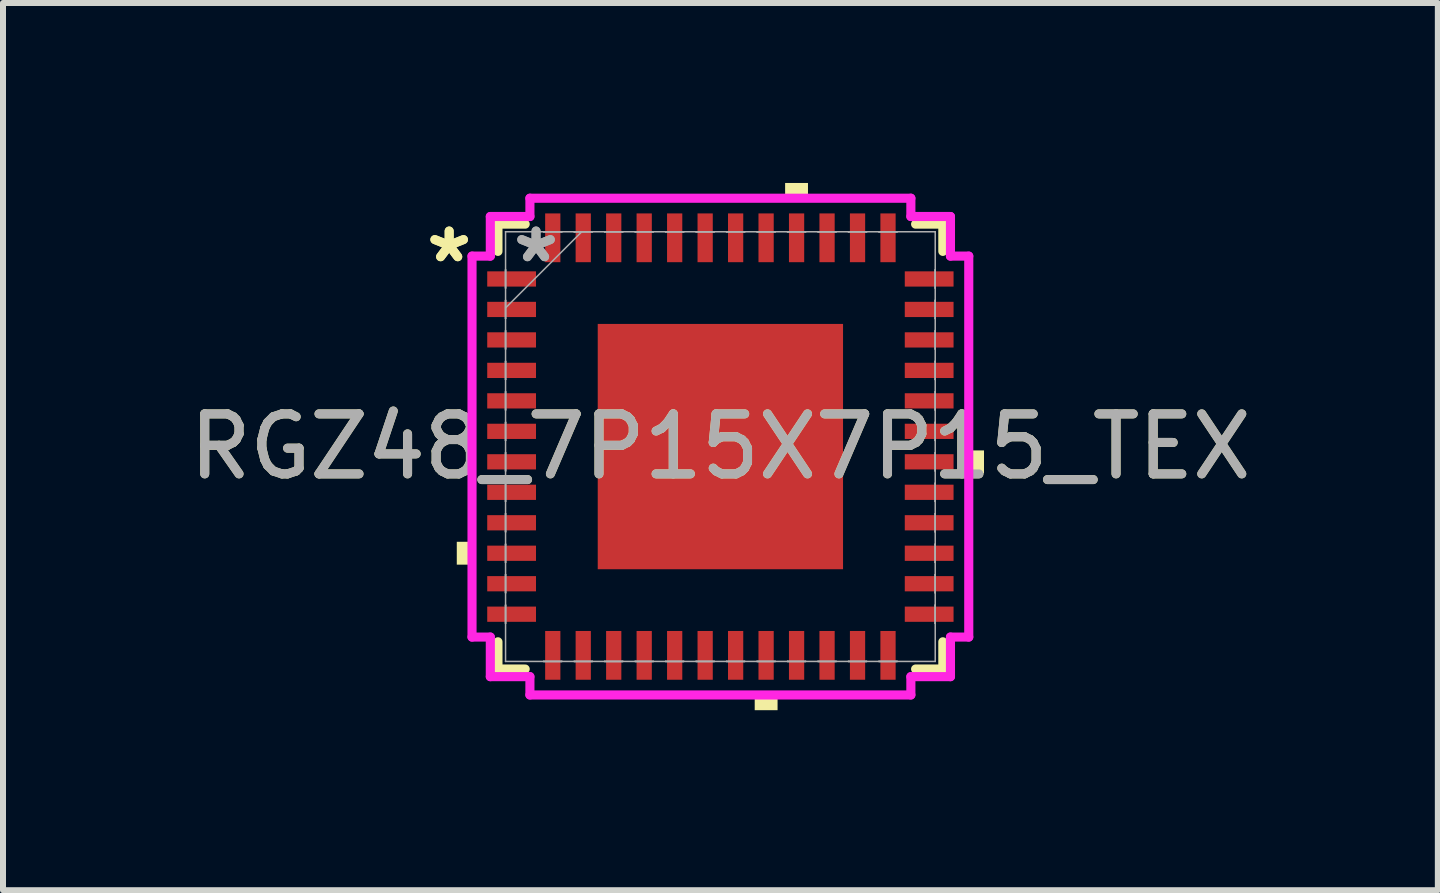
<source format=kicad_pcb>
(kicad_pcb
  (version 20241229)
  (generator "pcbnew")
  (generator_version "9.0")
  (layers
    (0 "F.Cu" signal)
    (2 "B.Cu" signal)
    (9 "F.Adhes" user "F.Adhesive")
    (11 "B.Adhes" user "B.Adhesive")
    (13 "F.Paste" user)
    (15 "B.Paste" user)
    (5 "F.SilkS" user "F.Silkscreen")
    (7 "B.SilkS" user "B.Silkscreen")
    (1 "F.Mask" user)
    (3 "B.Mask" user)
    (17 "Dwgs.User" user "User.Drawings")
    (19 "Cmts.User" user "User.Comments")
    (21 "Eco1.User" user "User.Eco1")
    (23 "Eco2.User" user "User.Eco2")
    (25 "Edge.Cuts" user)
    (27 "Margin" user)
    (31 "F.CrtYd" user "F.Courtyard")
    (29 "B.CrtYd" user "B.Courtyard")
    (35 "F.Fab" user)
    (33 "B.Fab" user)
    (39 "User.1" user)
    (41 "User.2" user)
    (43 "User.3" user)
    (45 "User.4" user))
  (footprint "RGZ48_7P15X7P15_TEX"
    (layer "F.Cu")
    (at 8.958 4.394)
    (property "Reference" "RGZ48_7P15X7P15_TEX" (at 0 0 0) (unlocked yes) (layer "F.SilkS") (effects (font (size 1 1) (thickness 0.15))))
    (attr smd)
    (fp_line (start -3.708 -3.708) (end -3.708 -3.254) (stroke (width 0.152) (type solid)) (layer "F.SilkS"))
    (fp_line (start -3.708 3.254) (end -3.708 3.708) (stroke (width 0.152) (type solid)) (layer "F.SilkS"))
    (fp_line (start -3.708 3.708) (end -3.254 3.708) (stroke (width 0.152) (type solid)) (layer "F.SilkS"))
    (fp_line (start -3.254 -3.708) (end -3.708 -3.708) (stroke (width 0.152) (type solid)) (layer "F.SilkS"))
    (fp_line (start 3.254 3.708) (end 3.708 3.708) (stroke (width 0.152) (type solid)) (layer "F.SilkS"))
    (fp_line (start 3.708 -3.708) (end 3.254 -3.708) (stroke (width 0.152) (type solid)) (layer "F.SilkS"))
    (fp_line (start 3.708 -3.254) (end 3.708 -3.708) (stroke (width 0.152) (type solid)) (layer "F.SilkS"))
    (fp_line (start 3.708 3.708) (end 3.708 3.254) (stroke (width 0.152) (type solid)) (layer "F.SilkS"))
    (fp_poly (pts (xy -4.394 1.587) (xy -4.394 1.968) (xy -4.14 1.968) (xy -4.14 1.587)) (stroke (width 0) (type solid)) (fill yes) (layer "F.SilkS"))
    (fp_poly (pts (xy 0.572 4.14) (xy 0.572 4.394) (xy 0.953 4.394) (xy 0.953 4.14)) (stroke (width 0) (type solid)) (fill yes) (layer "F.SilkS"))
    (fp_poly (pts (xy 1.079 -4.14) (xy 1.079 -4.394) (xy 1.46 -4.394) (xy 1.46 -4.14)) (stroke (width 0) (type solid)) (fill yes) (layer "F.SilkS"))
    (fp_poly (pts (xy 4.394 0.064) (xy 4.394 0.445) (xy 4.14 0.445) (xy 4.14 0.064)) (stroke (width 0) (type solid)) (fill yes) (layer "F.SilkS"))
    (fp_poly (pts (xy -1.945 -1.945) (xy -1.945 -0.782) (xy -0.782 -0.782) (xy -0.782 -1.945)) (stroke (width 0) (type solid)) (fill yes) (layer "F.Paste"))
    (fp_poly (pts (xy -1.945 -0.582) (xy -1.945 0.582) (xy -0.782 0.582) (xy -0.782 -0.582)) (stroke (width 0) (type solid)) (fill yes) (layer "F.Paste"))
    (fp_poly (pts (xy -1.945 0.782) (xy -1.945 1.945) (xy -0.782 1.945) (xy -0.782 0.782)) (stroke (width 0) (type solid)) (fill yes) (layer "F.Paste"))
    (fp_poly (pts (xy -0.582 -1.945) (xy -0.582 -0.782) (xy 0.582 -0.782) (xy 0.582 -1.945)) (stroke (width 0) (type solid)) (fill yes) (layer "F.Paste"))
    (fp_poly (pts (xy -0.582 -0.582) (xy -0.582 0.582) (xy 0.582 0.582) (xy 0.582 -0.582)) (stroke (width 0) (type solid)) (fill yes) (layer "F.Paste"))
    (fp_poly (pts (xy -0.582 0.782) (xy -0.582 1.945) (xy 0.582 1.945) (xy 0.582 0.782)) (stroke (width 0) (type solid)) (fill yes) (layer "F.Paste"))
    (fp_poly (pts (xy 0.782 -1.945) (xy 0.782 -0.782) (xy 1.945 -0.782) (xy 1.945 -1.945)) (stroke (width 0) (type solid)) (fill yes) (layer "F.Paste"))
    (fp_poly (pts (xy 0.782 -0.582) (xy 0.782 0.582) (xy 1.945 0.582) (xy 1.945 -0.582)) (stroke (width 0) (type solid)) (fill yes) (layer "F.Paste"))
    (fp_poly (pts (xy 0.782 0.782) (xy 0.782 1.945) (xy 1.945 1.945) (xy 1.945 0.782)) (stroke (width 0) (type solid)) (fill yes) (layer "F.Paste"))
    (fp_line (start -4.14 -3.175) (end -3.835 -3.175) (stroke (width 0.152) (type solid)) (layer "F.CrtYd"))
    (fp_line (start -4.14 3.175) (end -4.14 -3.175) (stroke (width 0.152) (type solid)) (layer "F.CrtYd"))
    (fp_line (start -3.835 -3.835) (end -3.175 -3.835) (stroke (width 0.152) (type solid)) (layer "F.CrtYd"))
    (fp_line (start -3.835 -3.175) (end -3.835 -3.835) (stroke (width 0.152) (type solid)) (layer "F.CrtYd"))
    (fp_line (start -3.835 3.175) (end -4.14 3.175) (stroke (width 0.152) (type solid)) (layer "F.CrtYd"))
    (fp_line (start -3.835 3.835) (end -3.835 3.175) (stroke (width 0.152) (type solid)) (layer "F.CrtYd"))
    (fp_line (start -3.175 -4.14) (end 3.175 -4.14) (stroke (width 0.152) (type solid)) (layer "F.CrtYd"))
    (fp_line (start -3.175 -3.835) (end -3.175 -4.14) (stroke (width 0.152) (type solid)) (layer "F.CrtYd"))
    (fp_line (start -3.175 3.835) (end -3.835 3.835) (stroke (width 0.152) (type solid)) (layer "F.CrtYd"))
    (fp_line (start -3.175 4.14) (end -3.175 3.835) (stroke (width 0.152) (type solid)) (layer "F.CrtYd"))
    (fp_line (start 3.175 -4.14) (end 3.175 -3.835) (stroke (width 0.152) (type solid)) (layer "F.CrtYd"))
    (fp_line (start 3.175 -3.835) (end 3.835 -3.835) (stroke (width 0.152) (type solid)) (layer "F.CrtYd"))
    (fp_line (start 3.175 3.835) (end 3.175 4.14) (stroke (width 0.152) (type solid)) (layer "F.CrtYd"))
    (fp_line (start 3.175 4.14) (end -3.175 4.14) (stroke (width 0.152) (type solid)) (layer "F.CrtYd"))
    (fp_line (start 3.835 -3.835) (end 3.835 -3.175) (stroke (width 0.152) (type solid)) (layer "F.CrtYd"))
    (fp_line (start 3.835 -3.175) (end 4.14 -3.175) (stroke (width 0.152) (type solid)) (layer "F.CrtYd"))
    (fp_line (start 3.835 3.175) (end 3.835 3.835) (stroke (width 0.152) (type solid)) (layer "F.CrtYd"))
    (fp_line (start 3.835 3.835) (end 3.175 3.835) (stroke (width 0.152) (type solid)) (layer "F.CrtYd"))
    (fp_line (start 4.14 -3.175) (end 4.14 3.175) (stroke (width 0.152) (type solid)) (layer "F.CrtYd"))
    (fp_line (start 4.14 3.175) (end 3.835 3.175) (stroke (width 0.152) (type solid)) (layer "F.CrtYd"))
    (fp_line (start -3.581 -3.581) (end -3.581 -3.581) (stroke (width 0.025) (type solid)) (layer "F.Fab"))
    (fp_line (start -3.581 -3.581) (end -3.581 3.581) (stroke (width 0.025) (type solid)) (layer "F.Fab"))
    (fp_line (start -3.581 -2.946) (end -3.581 -2.946) (stroke (width 0.025) (type solid)) (layer "F.Fab"))
    (fp_line (start -3.581 -2.946) (end -3.581 -2.642) (stroke (width 0.025) (type solid)) (layer "F.Fab"))
    (fp_line (start -3.581 -2.642) (end -3.581 -2.946) (stroke (width 0.025) (type solid)) (layer "F.Fab"))
    (fp_line (start -3.581 -2.642) (end -3.581 -2.642) (stroke (width 0.025) (type solid)) (layer "F.Fab"))
    (fp_line (start -3.581 -2.438) (end -3.581 -2.438) (stroke (width 0.025) (type solid)) (layer "F.Fab"))
    (fp_line (start -3.581 -2.438) (end -3.581 -2.134) (stroke (width 0.025) (type solid)) (layer "F.Fab"))
    (fp_line (start -3.581 -2.311) (end -2.311 -3.581) (stroke (width 0.025) (type solid)) (layer "F.Fab"))
    (fp_line (start -3.581 -2.134) (end -3.581 -2.438) (stroke (width 0.025) (type solid)) (layer "F.Fab"))
    (fp_line (start -3.581 -2.134) (end -3.581 -2.134) (stroke (width 0.025) (type solid)) (layer "F.Fab"))
    (fp_line (start -3.581 -1.93) (end -3.581 -1.93) (stroke (width 0.025) (type solid)) (layer "F.Fab"))
    (fp_line (start -3.581 -1.93) (end -3.581 -1.626) (stroke (width 0.025) (type solid)) (layer "F.Fab"))
    (fp_line (start -3.581 -1.626) (end -3.581 -1.93) (stroke (width 0.025) (type solid)) (layer "F.Fab"))
    (fp_line (start -3.581 -1.626) (end -3.581 -1.626) (stroke (width 0.025) (type solid)) (layer "F.Fab"))
    (fp_line (start -3.581 -1.422) (end -3.581 -1.422) (stroke (width 0.025) (type solid)) (layer "F.Fab"))
    (fp_line (start -3.581 -1.422) (end -3.581 -1.118) (stroke (width 0.025) (type solid)) (layer "F.Fab"))
    (fp_line (start -3.581 -1.118) (end -3.581 -1.422) (stroke (width 0.025) (type solid)) (layer "F.Fab"))
    (fp_line (start -3.581 -1.118) (end -3.581 -1.118) (stroke (width 0.025) (type solid)) (layer "F.Fab"))
    (fp_line (start -3.581 -0.914) (end -3.581 -0.914) (stroke (width 0.025) (type solid)) (layer "F.Fab"))
    (fp_line (start -3.581 -0.914) (end -3.581 -0.61) (stroke (width 0.025) (type solid)) (layer "F.Fab"))
    (fp_line (start -3.581 -0.61) (end -3.581 -0.914) (stroke (width 0.025) (type solid)) (layer "F.Fab"))
    (fp_line (start -3.581 -0.61) (end -3.581 -0.61) (stroke (width 0.025) (type solid)) (layer "F.Fab"))
    (fp_line (start -3.581 -0.406) (end -3.581 -0.406) (stroke (width 0.025) (type solid)) (layer "F.Fab"))
    (fp_line (start -3.581 -0.406) (end -3.581 -0.102) (stroke (width 0.025) (type solid)) (layer "F.Fab"))
    (fp_line (start -3.581 -0.102) (end -3.581 -0.406) (stroke (width 0.025) (type solid)) (layer "F.Fab"))
    (fp_line (start -3.581 -0.102) (end -3.581 -0.102) (stroke (width 0.025) (type solid)) (layer "F.Fab"))
    (fp_line (start -3.581 0.102) (end -3.581 0.102) (stroke (width 0.025) (type solid)) (layer "F.Fab"))
    (fp_line (start -3.581 0.102) (end -3.581 0.406) (stroke (width 0.025) (type solid)) (layer "F.Fab"))
    (fp_line (start -3.581 0.406) (end -3.581 0.102) (stroke (width 0.025) (type solid)) (layer "F.Fab"))
    (fp_line (start -3.581 0.406) (end -3.581 0.406) (stroke (width 0.025) (type solid)) (layer "F.Fab"))
    (fp_line (start -3.581 0.61) (end -3.581 0.61) (stroke (width 0.025) (type solid)) (layer "F.Fab"))
    (fp_line (start -3.581 0.61) (end -3.581 0.914) (stroke (width 0.025) (type solid)) (layer "F.Fab"))
    (fp_line (start -3.581 0.914) (end -3.581 0.61) (stroke (width 0.025) (type solid)) (layer "F.Fab"))
    (fp_line (start -3.581 0.914) (end -3.581 0.914) (stroke (width 0.025) (type solid)) (layer "F.Fab"))
    (fp_line (start -3.581 1.118) (end -3.581 1.118) (stroke (width 0.025) (type solid)) (layer "F.Fab"))
    (fp_line (start -3.581 1.118) (end -3.581 1.422) (stroke (width 0.025) (type solid)) (layer "F.Fab"))
    (fp_line (start -3.581 1.422) (end -3.581 1.118) (stroke (width 0.025) (type solid)) (layer "F.Fab"))
    (fp_line (start -3.581 1.422) (end -3.581 1.422) (stroke (width 0.025) (type solid)) (layer "F.Fab"))
    (fp_line (start -3.581 1.626) (end -3.581 1.626) (stroke (width 0.025) (type solid)) (layer "F.Fab"))
    (fp_line (start -3.581 1.626) (end -3.581 1.93) (stroke (width 0.025) (type solid)) (layer "F.Fab"))
    (fp_line (start -3.581 1.93) (end -3.581 1.626) (stroke (width 0.025) (type solid)) (layer "F.Fab"))
    (fp_line (start -3.581 1.93) (end -3.581 1.93) (stroke (width 0.025) (type solid)) (layer "F.Fab"))
    (fp_line (start -3.581 2.134) (end -3.581 2.134) (stroke (width 0.025) (type solid)) (layer "F.Fab"))
    (fp_line (start -3.581 2.134) (end -3.581 2.438) (stroke (width 0.025) (type solid)) (layer "F.Fab"))
    (fp_line (start -3.581 2.438) (end -3.581 2.134) (stroke (width 0.025) (type solid)) (layer "F.Fab"))
    (fp_line (start -3.581 2.438) (end -3.581 2.438) (stroke (width 0.025) (type solid)) (layer "F.Fab"))
    (fp_line (start -3.581 2.642) (end -3.581 2.642) (stroke (width 0.025) (type solid)) (layer "F.Fab"))
    (fp_line (start -3.581 2.642) (end -3.581 2.946) (stroke (width 0.025) (type solid)) (layer "F.Fab"))
    (fp_line (start -3.581 2.946) (end -3.581 2.642) (stroke (width 0.025) (type solid)) (layer "F.Fab"))
    (fp_line (start -3.581 2.946) (end -3.581 2.946) (stroke (width 0.025) (type solid)) (layer "F.Fab"))
    (fp_line (start -3.581 3.581) (end -3.581 3.581) (stroke (width 0.025) (type solid)) (layer "F.Fab"))
    (fp_line (start -3.581 3.581) (end 3.581 3.581) (stroke (width 0.025) (type solid)) (layer "F.Fab"))
    (fp_line (start -2.946 -3.581) (end -2.946 -3.581) (stroke (width 0.025) (type solid)) (layer "F.Fab"))
    (fp_line (start -2.946 -3.581) (end -2.642 -3.581) (stroke (width 0.025) (type solid)) (layer "F.Fab"))
    (fp_line (start -2.946 3.581) (end -2.946 3.581) (stroke (width 0.025) (type solid)) (layer "F.Fab"))
    (fp_line (start -2.946 3.581) (end -2.642 3.581) (stroke (width 0.025) (type solid)) (layer "F.Fab"))
    (fp_line (start -2.642 -3.581) (end -2.946 -3.581) (stroke (width 0.025) (type solid)) (layer "F.Fab"))
    (fp_line (start -2.642 -3.581) (end -2.642 -3.581) (stroke (width 0.025) (type solid)) (layer "F.Fab"))
    (fp_line (start -2.642 3.581) (end -2.946 3.581) (stroke (width 0.025) (type solid)) (layer "F.Fab"))
    (fp_line (start -2.642 3.581) (end -2.642 3.581) (stroke (width 0.025) (type solid)) (layer "F.Fab"))
    (fp_line (start -2.438 -3.581) (end -2.438 -3.581) (stroke (width 0.025) (type solid)) (layer "F.Fab"))
    (fp_line (start -2.438 -3.581) (end -2.134 -3.581) (stroke (width 0.025) (type solid)) (layer "F.Fab"))
    (fp_line (start -2.438 3.581) (end -2.438 3.581) (stroke (width 0.025) (type solid)) (layer "F.Fab"))
    (fp_line (start -2.438 3.581) (end -2.134 3.581) (stroke (width 0.025) (type solid)) (layer "F.Fab"))
    (fp_line (start -2.134 -3.581) (end -2.438 -3.581) (stroke (width 0.025) (type solid)) (layer "F.Fab"))
    (fp_line (start -2.134 -3.581) (end -2.134 -3.581) (stroke (width 0.025) (type solid)) (layer "F.Fab"))
    (fp_line (start -2.134 3.581) (end -2.438 3.581) (stroke (width 0.025) (type solid)) (layer "F.Fab"))
    (fp_line (start -2.134 3.581) (end -2.134 3.581) (stroke (width 0.025) (type solid)) (layer "F.Fab"))
    (fp_line (start -1.93 -3.581) (end -1.93 -3.581) (stroke (width 0.025) (type solid)) (layer "F.Fab"))
    (fp_line (start -1.93 -3.581) (end -1.626 -3.581) (stroke (width 0.025) (type solid)) (layer "F.Fab"))
    (fp_line (start -1.93 3.581) (end -1.93 3.581) (stroke (width 0.025) (type solid)) (layer "F.Fab"))
    (fp_line (start -1.93 3.581) (end -1.626 3.581) (stroke (width 0.025) (type solid)) (layer "F.Fab"))
    (fp_line (start -1.626 -3.581) (end -1.93 -3.581) (stroke (width 0.025) (type solid)) (layer "F.Fab"))
    (fp_line (start -1.626 -3.581) (end -1.626 -3.581) (stroke (width 0.025) (type solid)) (layer "F.Fab"))
    (fp_line (start -1.626 3.581) (end -1.93 3.581) (stroke (width 0.025) (type solid)) (layer "F.Fab"))
    (fp_line (start -1.626 3.581) (end -1.626 3.581) (stroke (width 0.025) (type solid)) (layer "F.Fab"))
    (fp_line (start -1.422 -3.581) (end -1.422 -3.581) (stroke (width 0.025) (type solid)) (layer "F.Fab"))
    (fp_line (start -1.422 -3.581) (end -1.118 -3.581) (stroke (width 0.025) (type solid)) (layer "F.Fab"))
    (fp_line (start -1.422 3.581) (end -1.422 3.581) (stroke (width 0.025) (type solid)) (layer "F.Fab"))
    (fp_line (start -1.422 3.581) (end -1.118 3.581) (stroke (width 0.025) (type solid)) (layer "F.Fab"))
    (fp_line (start -1.118 -3.581) (end -1.422 -3.581) (stroke (width 0.025) (type solid)) (layer "F.Fab"))
    (fp_line (start -1.118 -3.581) (end -1.118 -3.581) (stroke (width 0.025) (type solid)) (layer "F.Fab"))
    (fp_line (start -1.118 3.581) (end -1.422 3.581) (stroke (width 0.025) (type solid)) (layer "F.Fab"))
    (fp_line (start -1.118 3.581) (end -1.118 3.581) (stroke (width 0.025) (type solid)) (layer "F.Fab"))
    (fp_line (start -0.914 -3.581) (end -0.914 -3.581) (stroke (width 0.025) (type solid)) (layer "F.Fab"))
    (fp_line (start -0.914 -3.581) (end -0.61 -3.581) (stroke (width 0.025) (type solid)) (layer "F.Fab"))
    (fp_line (start -0.914 3.581) (end -0.914 3.581) (stroke (width 0.025) (type solid)) (layer "F.Fab"))
    (fp_line (start -0.914 3.581) (end -0.61 3.581) (stroke (width 0.025) (type solid)) (layer "F.Fab"))
    (fp_line (start -0.61 -3.581) (end -0.914 -3.581) (stroke (width 0.025) (type solid)) (layer "F.Fab"))
    (fp_line (start -0.61 -3.581) (end -0.61 -3.581) (stroke (width 0.025) (type solid)) (layer "F.Fab"))
    (fp_line (start -0.61 3.581) (end -0.914 3.581) (stroke (width 0.025) (type solid)) (layer "F.Fab"))
    (fp_line (start -0.61 3.581) (end -0.61 3.581) (stroke (width 0.025) (type solid)) (layer "F.Fab"))
    (fp_line (start -0.406 -3.581) (end -0.406 -3.581) (stroke (width 0.025) (type solid)) (layer "F.Fab"))
    (fp_line (start -0.406 -3.581) (end -0.102 -3.581) (stroke (width 0.025) (type solid)) (layer "F.Fab"))
    (fp_line (start -0.406 3.581) (end -0.406 3.581) (stroke (width 0.025) (type solid)) (layer "F.Fab"))
    (fp_line (start -0.406 3.581) (end -0.102 3.581) (stroke (width 0.025) (type solid)) (layer "F.Fab"))
    (fp_line (start -0.102 -3.581) (end -0.406 -3.581) (stroke (width 0.025) (type solid)) (layer "F.Fab"))
    (fp_line (start -0.102 -3.581) (end -0.102 -3.581) (stroke (width 0.025) (type solid)) (layer "F.Fab"))
    (fp_line (start -0.102 3.581) (end -0.406 3.581) (stroke (width 0.025) (type solid)) (layer "F.Fab"))
    (fp_line (start -0.102 3.581) (end -0.102 3.581) (stroke (width 0.025) (type solid)) (layer "F.Fab"))
    (fp_line (start 0.102 -3.581) (end 0.102 -3.581) (stroke (width 0.025) (type solid)) (layer "F.Fab"))
    (fp_line (start 0.102 -3.581) (end 0.406 -3.581) (stroke (width 0.025) (type solid)) (layer "F.Fab"))
    (fp_line (start 0.102 3.581) (end 0.102 3.581) (stroke (width 0.025) (type solid)) (layer "F.Fab"))
    (fp_line (start 0.102 3.581) (end 0.406 3.581) (stroke (width 0.025) (type solid)) (layer "F.Fab"))
    (fp_line (start 0.406 -3.581) (end 0.102 -3.581) (stroke (width 0.025) (type solid)) (layer "F.Fab"))
    (fp_line (start 0.406 -3.581) (end 0.406 -3.581) (stroke (width 0.025) (type solid)) (layer "F.Fab"))
    (fp_line (start 0.406 3.581) (end 0.102 3.581) (stroke (width 0.025) (type solid)) (layer "F.Fab"))
    (fp_line (start 0.406 3.581) (end 0.406 3.581) (stroke (width 0.025) (type solid)) (layer "F.Fab"))
    (fp_line (start 0.61 -3.581) (end 0.61 -3.581) (stroke (width 0.025) (type solid)) (layer "F.Fab"))
    (fp_line (start 0.61 -3.581) (end 0.914 -3.581) (stroke (width 0.025) (type solid)) (layer "F.Fab"))
    (fp_line (start 0.61 3.581) (end 0.61 3.581) (stroke (width 0.025) (type solid)) (layer "F.Fab"))
    (fp_line (start 0.61 3.581) (end 0.914 3.581) (stroke (width 0.025) (type solid)) (layer "F.Fab"))
    (fp_line (start 0.914 -3.581) (end 0.61 -3.581) (stroke (width 0.025) (type solid)) (layer "F.Fab"))
    (fp_line (start 0.914 -3.581) (end 0.914 -3.581) (stroke (width 0.025) (type solid)) (layer "F.Fab"))
    (fp_line (start 0.914 3.581) (end 0.61 3.581) (stroke (width 0.025) (type solid)) (layer "F.Fab"))
    (fp_line (start 0.914 3.581) (end 0.914 3.581) (stroke (width 0.025) (type solid)) (layer "F.Fab"))
    (fp_line (start 1.118 -3.581) (end 1.118 -3.581) (stroke (width 0.025) (type solid)) (layer "F.Fab"))
    (fp_line (start 1.118 -3.581) (end 1.422 -3.581) (stroke (width 0.025) (type solid)) (layer "F.Fab"))
    (fp_line (start 1.118 3.581) (end 1.118 3.581) (stroke (width 0.025) (type solid)) (layer "F.Fab"))
    (fp_line (start 1.118 3.581) (end 1.422 3.581) (stroke (width 0.025) (type solid)) (layer "F.Fab"))
    (fp_line (start 1.422 -3.581) (end 1.118 -3.581) (stroke (width 0.025) (type solid)) (layer "F.Fab"))
    (fp_line (start 1.422 -3.581) (end 1.422 -3.581) (stroke (width 0.025) (type solid)) (layer "F.Fab"))
    (fp_line (start 1.422 3.581) (end 1.118 3.581) (stroke (width 0.025) (type solid)) (layer "F.Fab"))
    (fp_line (start 1.422 3.581) (end 1.422 3.581) (stroke (width 0.025) (type solid)) (layer "F.Fab"))
    (fp_line (start 1.626 -3.581) (end 1.626 -3.581) (stroke (width 0.025) (type solid)) (layer "F.Fab"))
    (fp_line (start 1.626 -3.581) (end 1.93 -3.581) (stroke (width 0.025) (type solid)) (layer "F.Fab"))
    (fp_line (start 1.626 3.581) (end 1.626 3.581) (stroke (width 0.025) (type solid)) (layer "F.Fab"))
    (fp_line (start 1.626 3.581) (end 1.93 3.581) (stroke (width 0.025) (type solid)) (layer "F.Fab"))
    (fp_line (start 1.93 -3.581) (end 1.626 -3.581) (stroke (width 0.025) (type solid)) (layer "F.Fab"))
    (fp_line (start 1.93 -3.581) (end 1.93 -3.581) (stroke (width 0.025) (type solid)) (layer "F.Fab"))
    (fp_line (start 1.93 3.581) (end 1.626 3.581) (stroke (width 0.025) (type solid)) (layer "F.Fab"))
    (fp_line (start 1.93 3.581) (end 1.93 3.581) (stroke (width 0.025) (type solid)) (layer "F.Fab"))
    (fp_line (start 2.134 -3.581) (end 2.134 -3.581) (stroke (width 0.025) (type solid)) (layer "F.Fab"))
    (fp_line (start 2.134 -3.581) (end 2.438 -3.581) (stroke (width 0.025) (type solid)) (layer "F.Fab"))
    (fp_line (start 2.134 3.581) (end 2.134 3.581) (stroke (width 0.025) (type solid)) (layer "F.Fab"))
    (fp_line (start 2.134 3.581) (end 2.438 3.581) (stroke (width 0.025) (type solid)) (layer "F.Fab"))
    (fp_line (start 2.438 -3.581) (end 2.134 -3.581) (stroke (width 0.025) (type solid)) (layer "F.Fab"))
    (fp_line (start 2.438 -3.581) (end 2.438 -3.581) (stroke (width 0.025) (type solid)) (layer "F.Fab"))
    (fp_line (start 2.438 3.581) (end 2.134 3.581) (stroke (width 0.025) (type solid)) (layer "F.Fab"))
    (fp_line (start 2.438 3.581) (end 2.438 3.581) (stroke (width 0.025) (type solid)) (layer "F.Fab"))
    (fp_line (start 2.642 -3.581) (end 2.642 -3.581) (stroke (width 0.025) (type solid)) (layer "F.Fab"))
    (fp_line (start 2.642 -3.581) (end 2.946 -3.581) (stroke (width 0.025) (type solid)) (layer "F.Fab"))
    (fp_line (start 2.642 3.581) (end 2.642 3.581) (stroke (width 0.025) (type solid)) (layer "F.Fab"))
    (fp_line (start 2.642 3.581) (end 2.946 3.581) (stroke (width 0.025) (type solid)) (layer "F.Fab"))
    (fp_line (start 2.946 -3.581) (end 2.642 -3.581) (stroke (width 0.025) (type solid)) (layer "F.Fab"))
    (fp_line (start 2.946 -3.581) (end 2.946 -3.581) (stroke (width 0.025) (type solid)) (layer "F.Fab"))
    (fp_line (start 2.946 3.581) (end 2.642 3.581) (stroke (width 0.025) (type solid)) (layer "F.Fab"))
    (fp_line (start 2.946 3.581) (end 2.946 3.581) (stroke (width 0.025) (type solid)) (layer "F.Fab"))
    (fp_line (start 3.581 -3.581) (end -3.581 -3.581) (stroke (width 0.025) (type solid)) (layer "F.Fab"))
    (fp_line (start 3.581 -3.581) (end 3.581 -3.581) (stroke (width 0.025) (type solid)) (layer "F.Fab"))
    (fp_line (start 3.581 -2.946) (end 3.581 -2.946) (stroke (width 0.025) (type solid)) (layer "F.Fab"))
    (fp_line (start 3.581 -2.946) (end 3.581 -2.642) (stroke (width 0.025) (type solid)) (layer "F.Fab"))
    (fp_line (start 3.581 -2.642) (end 3.581 -2.946) (stroke (width 0.025) (type solid)) (layer "F.Fab"))
    (fp_line (start 3.581 -2.642) (end 3.581 -2.642) (stroke (width 0.025) (type solid)) (layer "F.Fab"))
    (fp_line (start 3.581 -2.438) (end 3.581 -2.438) (stroke (width 0.025) (type solid)) (layer "F.Fab"))
    (fp_line (start 3.581 -2.438) (end 3.581 -2.134) (stroke (width 0.025) (type solid)) (layer "F.Fab"))
    (fp_line (start 3.581 -2.134) (end 3.581 -2.438) (stroke (width 0.025) (type solid)) (layer "F.Fab"))
    (fp_line (start 3.581 -2.134) (end 3.581 -2.134) (stroke (width 0.025) (type solid)) (layer "F.Fab"))
    (fp_line (start 3.581 -1.93) (end 3.581 -1.93) (stroke (width 0.025) (type solid)) (layer "F.Fab"))
    (fp_line (start 3.581 -1.93) (end 3.581 -1.626) (stroke (width 0.025) (type solid)) (layer "F.Fab"))
    (fp_line (start 3.581 -1.626) (end 3.581 -1.93) (stroke (width 0.025) (type solid)) (layer "F.Fab"))
    (fp_line (start 3.581 -1.626) (end 3.581 -1.626) (stroke (width 0.025) (type solid)) (layer "F.Fab"))
    (fp_line (start 3.581 -1.422) (end 3.581 -1.422) (stroke (width 0.025) (type solid)) (layer "F.Fab"))
    (fp_line (start 3.581 -1.422) (end 3.581 -1.118) (stroke (width 0.025) (type solid)) (layer "F.Fab"))
    (fp_line (start 3.581 -1.118) (end 3.581 -1.422) (stroke (width 0.025) (type solid)) (layer "F.Fab"))
    (fp_line (start 3.581 -1.118) (end 3.581 -1.118) (stroke (width 0.025) (type solid)) (layer "F.Fab"))
    (fp_line (start 3.581 -0.914) (end 3.581 -0.914) (stroke (width 0.025) (type solid)) (layer "F.Fab"))
    (fp_line (start 3.581 -0.914) (end 3.581 -0.61) (stroke (width 0.025) (type solid)) (layer "F.Fab"))
    (fp_line (start 3.581 -0.61) (end 3.581 -0.914) (stroke (width 0.025) (type solid)) (layer "F.Fab"))
    (fp_line (start 3.581 -0.61) (end 3.581 -0.61) (stroke (width 0.025) (type solid)) (layer "F.Fab"))
    (fp_line (start 3.581 -0.406) (end 3.581 -0.406) (stroke (width 0.025) (type solid)) (layer "F.Fab"))
    (fp_line (start 3.581 -0.406) (end 3.581 -0.102) (stroke (width 0.025) (type solid)) (layer "F.Fab"))
    (fp_line (start 3.581 -0.102) (end 3.581 -0.406) (stroke (width 0.025) (type solid)) (layer "F.Fab"))
    (fp_line (start 3.581 -0.102) (end 3.581 -0.102) (stroke (width 0.025) (type solid)) (layer "F.Fab"))
    (fp_line (start 3.581 0.102) (end 3.581 0.102) (stroke (width 0.025) (type solid)) (layer "F.Fab"))
    (fp_line (start 3.581 0.102) (end 3.581 0.406) (stroke (width 0.025) (type solid)) (layer "F.Fab"))
    (fp_line (start 3.581 0.406) (end 3.581 0.102) (stroke (width 0.025) (type solid)) (layer "F.Fab"))
    (fp_line (start 3.581 0.406) (end 3.581 0.406) (stroke (width 0.025) (type solid)) (layer "F.Fab"))
    (fp_line (start 3.581 0.61) (end 3.581 0.61) (stroke (width 0.025) (type solid)) (layer "F.Fab"))
    (fp_line (start 3.581 0.61) (end 3.581 0.914) (stroke (width 0.025) (type solid)) (layer "F.Fab"))
    (fp_line (start 3.581 0.914) (end 3.581 0.61) (stroke (width 0.025) (type solid)) (layer "F.Fab"))
    (fp_line (start 3.581 0.914) (end 3.581 0.914) (stroke (width 0.025) (type solid)) (layer "F.Fab"))
    (fp_line (start 3.581 1.118) (end 3.581 1.118) (stroke (width 0.025) (type solid)) (layer "F.Fab"))
    (fp_line (start 3.581 1.118) (end 3.581 1.422) (stroke (width 0.025) (type solid)) (layer "F.Fab"))
    (fp_line (start 3.581 1.422) (end 3.581 1.118) (stroke (width 0.025) (type solid)) (layer "F.Fab"))
    (fp_line (start 3.581 1.422) (end 3.581 1.422) (stroke (width 0.025) (type solid)) (layer "F.Fab"))
    (fp_line (start 3.581 1.626) (end 3.581 1.626) (stroke (width 0.025) (type solid)) (layer "F.Fab"))
    (fp_line (start 3.581 1.626) (end 3.581 1.93) (stroke (width 0.025) (type solid)) (layer "F.Fab"))
    (fp_line (start 3.581 1.93) (end 3.581 1.626) (stroke (width 0.025) (type solid)) (layer "F.Fab"))
    (fp_line (start 3.581 1.93) (end 3.581 1.93) (stroke (width 0.025) (type solid)) (layer "F.Fab"))
    (fp_line (start 3.581 2.134) (end 3.581 2.134) (stroke (width 0.025) (type solid)) (layer "F.Fab"))
    (fp_line (start 3.581 2.134) (end 3.581 2.438) (stroke (width 0.025) (type solid)) (layer "F.Fab"))
    (fp_line (start 3.581 2.438) (end 3.581 2.134) (stroke (width 0.025) (type solid)) (layer "F.Fab"))
    (fp_line (start 3.581 2.438) (end 3.581 2.438) (stroke (width 0.025) (type solid)) (layer "F.Fab"))
    (fp_line (start 3.581 2.642) (end 3.581 2.642) (stroke (width 0.025) (type solid)) (layer "F.Fab"))
    (fp_line (start 3.581 2.642) (end 3.581 2.946) (stroke (width 0.025) (type solid)) (layer "F.Fab"))
    (fp_line (start 3.581 2.946) (end 3.581 2.642) (stroke (width 0.025) (type solid)) (layer "F.Fab"))
    (fp_line (start 3.581 2.946) (end 3.581 2.946) (stroke (width 0.025) (type solid)) (layer "F.Fab"))
    (fp_line (start 3.581 3.581) (end 3.581 -3.581) (stroke (width 0.025) (type solid)) (layer "F.Fab"))
    (fp_line (start 3.581 3.581) (end 3.581 3.581) (stroke (width 0.025) (type solid)) (layer "F.Fab"))
    (fp_text user "*" (at -4.521 -3.048 0) (unlocked yes) (layer "F.SilkS") (effects (font (size 1 1) (thickness 0.15))))
    (fp_text user "*" (at -4.521 -3.048 0) (layer "F.SilkS") (effects (font (size 1 1) (thickness 0.15))))
    (fp_text user "${REFERENCE}" (at 0 0 0) (unlocked yes) (layer "F.Fab") (effects (font (size 1 1) (thickness 0.15))))
    (fp_text user "*" (at -3.073 -3.048 0) (layer "F.Fab") (effects (font (size 1 1) (thickness 0.15))))
    (fp_text user "*" (at -3.073 -3.048 0) (unlocked yes) (layer "F.Fab") (effects (font (size 1 1) (thickness 0.15))))
    (pad "1" smd rect (at -3.48 -2.794 90) (size 0.254 0.813) (layers "F.Cu" "F.Mask" "F.Paste"))
    (pad "2" smd rect (at -3.48 -2.286 90) (size 0.254 0.813) (layers "F.Cu" "F.Mask" "F.Paste"))
    (pad "3" smd rect (at -3.48 -1.778 90) (size 0.254 0.813) (layers "F.Cu" "F.Mask" "F.Paste"))
    (pad "4" smd rect (at -3.48 -1.27 90) (size 0.254 0.813) (layers "F.Cu" "F.Mask" "F.Paste"))
    (pad "5" smd rect (at -3.48 -0.762 90) (size 0.254 0.813) (layers "F.Cu" "F.Mask" "F.Paste"))
    (pad "6" smd rect (at -3.48 -0.254 90) (size 0.254 0.813) (layers "F.Cu" "F.Mask" "F.Paste"))
    (pad "7" smd rect (at -3.48 0.254 90) (size 0.254 0.813) (layers "F.Cu" "F.Mask" "F.Paste"))
    (pad "8" smd rect (at -3.48 0.762 90) (size 0.254 0.813) (layers "F.Cu" "F.Mask" "F.Paste"))
    (pad "9" smd rect (at -3.48 1.27 90) (size 0.254 0.813) (layers "F.Cu" "F.Mask" "F.Paste"))
    (pad "10" smd rect (at -3.48 1.778 90) (size 0.254 0.813) (layers "F.Cu" "F.Mask" "F.Paste"))
    (pad "11" smd rect (at -3.48 2.286 90) (size 0.254 0.813) (layers "F.Cu" "F.Mask" "F.Paste"))
    (pad "12" smd rect (at -3.48 2.794 90) (size 0.254 0.813) (layers "F.Cu" "F.Mask" "F.Paste"))
    (pad "13" smd rect (at -2.794 3.48) (size 0.254 0.813) (layers "F.Cu" "F.Mask" "F.Paste"))
    (pad "14" smd rect (at -2.286 3.48) (size 0.254 0.813) (layers "F.Cu" "F.Mask" "F.Paste"))
    (pad "15" smd rect (at -1.778 3.48) (size 0.254 0.813) (layers "F.Cu" "F.Mask" "F.Paste"))
    (pad "16" smd rect (at -1.27 3.48) (size 0.254 0.813) (layers "F.Cu" "F.Mask" "F.Paste"))
    (pad "17" smd rect (at -0.762 3.48) (size 0.254 0.813) (layers "F.Cu" "F.Mask" "F.Paste"))
    (pad "18" smd rect (at -0.254 3.48) (size 0.254 0.813) (layers "F.Cu" "F.Mask" "F.Paste"))
    (pad "19" smd rect (at 0.254 3.48) (size 0.254 0.813) (layers "F.Cu" "F.Mask" "F.Paste"))
    (pad "20" smd rect (at 0.762 3.48) (size 0.254 0.813) (layers "F.Cu" "F.Mask" "F.Paste"))
    (pad "21" smd rect (at 1.27 3.48) (size 0.254 0.813) (layers "F.Cu" "F.Mask" "F.Paste"))
    (pad "22" smd rect (at 1.778 3.48) (size 0.254 0.813) (layers "F.Cu" "F.Mask" "F.Paste"))
    (pad "23" smd rect (at 2.286 3.48) (size 0.254 0.813) (layers "F.Cu" "F.Mask" "F.Paste"))
    (pad "24" smd rect (at 2.794 3.48) (size 0.254 0.813) (layers "F.Cu" "F.Mask" "F.Paste"))
    (pad "25" smd rect (at 3.48 2.794 90) (size 0.254 0.813) (layers "F.Cu" "F.Mask" "F.Paste"))
    (pad "26" smd rect (at 3.48 2.286 90) (size 0.254 0.813) (layers "F.Cu" "F.Mask" "F.Paste"))
    (pad "27" smd rect (at 3.48 1.778 90) (size 0.254 0.813) (layers "F.Cu" "F.Mask" "F.Paste"))
    (pad "28" smd rect (at 3.48 1.27 90) (size 0.254 0.813) (layers "F.Cu" "F.Mask" "F.Paste"))
    (pad "29" smd rect (at 3.48 0.762 90) (size 0.254 0.813) (layers "F.Cu" "F.Mask" "F.Paste"))
    (pad "30" smd rect (at 3.48 0.254 90) (size 0.254 0.813) (layers "F.Cu" "F.Mask" "F.Paste"))
    (pad "31" smd rect (at 3.48 -0.254 90) (size 0.254 0.813) (layers "F.Cu" "F.Mask" "F.Paste"))
    (pad "32" smd rect (at 3.48 -0.762 90) (size 0.254 0.813) (layers "F.Cu" "F.Mask" "F.Paste"))
    (pad "33" smd rect (at 3.48 -1.27 90) (size 0.254 0.813) (layers "F.Cu" "F.Mask" "F.Paste"))
    (pad "34" smd rect (at 3.48 -1.778 90) (size 0.254 0.813) (layers "F.Cu" "F.Mask" "F.Paste"))
    (pad "35" smd rect (at 3.48 -2.286 90) (size 0.254 0.813) (layers "F.Cu" "F.Mask" "F.Paste"))
    (pad "36" smd rect (at 3.48 -2.794 90) (size 0.254 0.813) (layers "F.Cu" "F.Mask" "F.Paste"))
    (pad "37" smd rect (at 2.794 -3.48) (size 0.254 0.813) (layers "F.Cu" "F.Mask" "F.Paste"))
    (pad "38" smd rect (at 2.286 -3.48) (size 0.254 0.813) (layers "F.Cu" "F.Mask" "F.Paste"))
    (pad "39" smd rect (at 1.778 -3.48) (size 0.254 0.813) (layers "F.Cu" "F.Mask" "F.Paste"))
    (pad "40" smd rect (at 1.27 -3.48) (size 0.254 0.813) (layers "F.Cu" "F.Mask" "F.Paste"))
    (pad "41" smd rect (at 0.762 -3.48) (size 0.254 0.813) (layers "F.Cu" "F.Mask" "F.Paste"))
    (pad "42" smd rect (at 0.254 -3.48) (size 0.254 0.813) (layers "F.Cu" "F.Mask" "F.Paste"))
    (pad "43" smd rect (at -0.254 -3.48) (size 0.254 0.813) (layers "F.Cu" "F.Mask" "F.Paste"))
    (pad "44" smd rect (at -0.762 -3.48) (size 0.254 0.813) (layers "F.Cu" "F.Mask" "F.Paste"))
    (pad "45" smd rect (at -1.27 -3.48) (size 0.254 0.813) (layers "F.Cu" "F.Mask" "F.Paste"))
    (pad "46" smd rect (at -1.778 -3.48) (size 0.254 0.813) (layers "F.Cu" "F.Mask" "F.Paste"))
    (pad "47" smd rect (at -2.286 -3.48) (size 0.254 0.813) (layers "F.Cu" "F.Mask" "F.Paste"))
    (pad "48" smd rect (at -2.794 -3.48) (size 0.254 0.813) (layers "F.Cu" "F.Mask" "F.Paste"))
    (pad "49" smd rect (at 0 0) (size 4.089 4.089) (layers "F.Cu" "F.Mask" "F.Paste")))
  (gr_rect
    (start -3 -3)
    (end 20.917 11.788)
    (stroke (width 0.1) (type default))
    (fill no)
    (layer "Edge.Cuts")))
</source>
